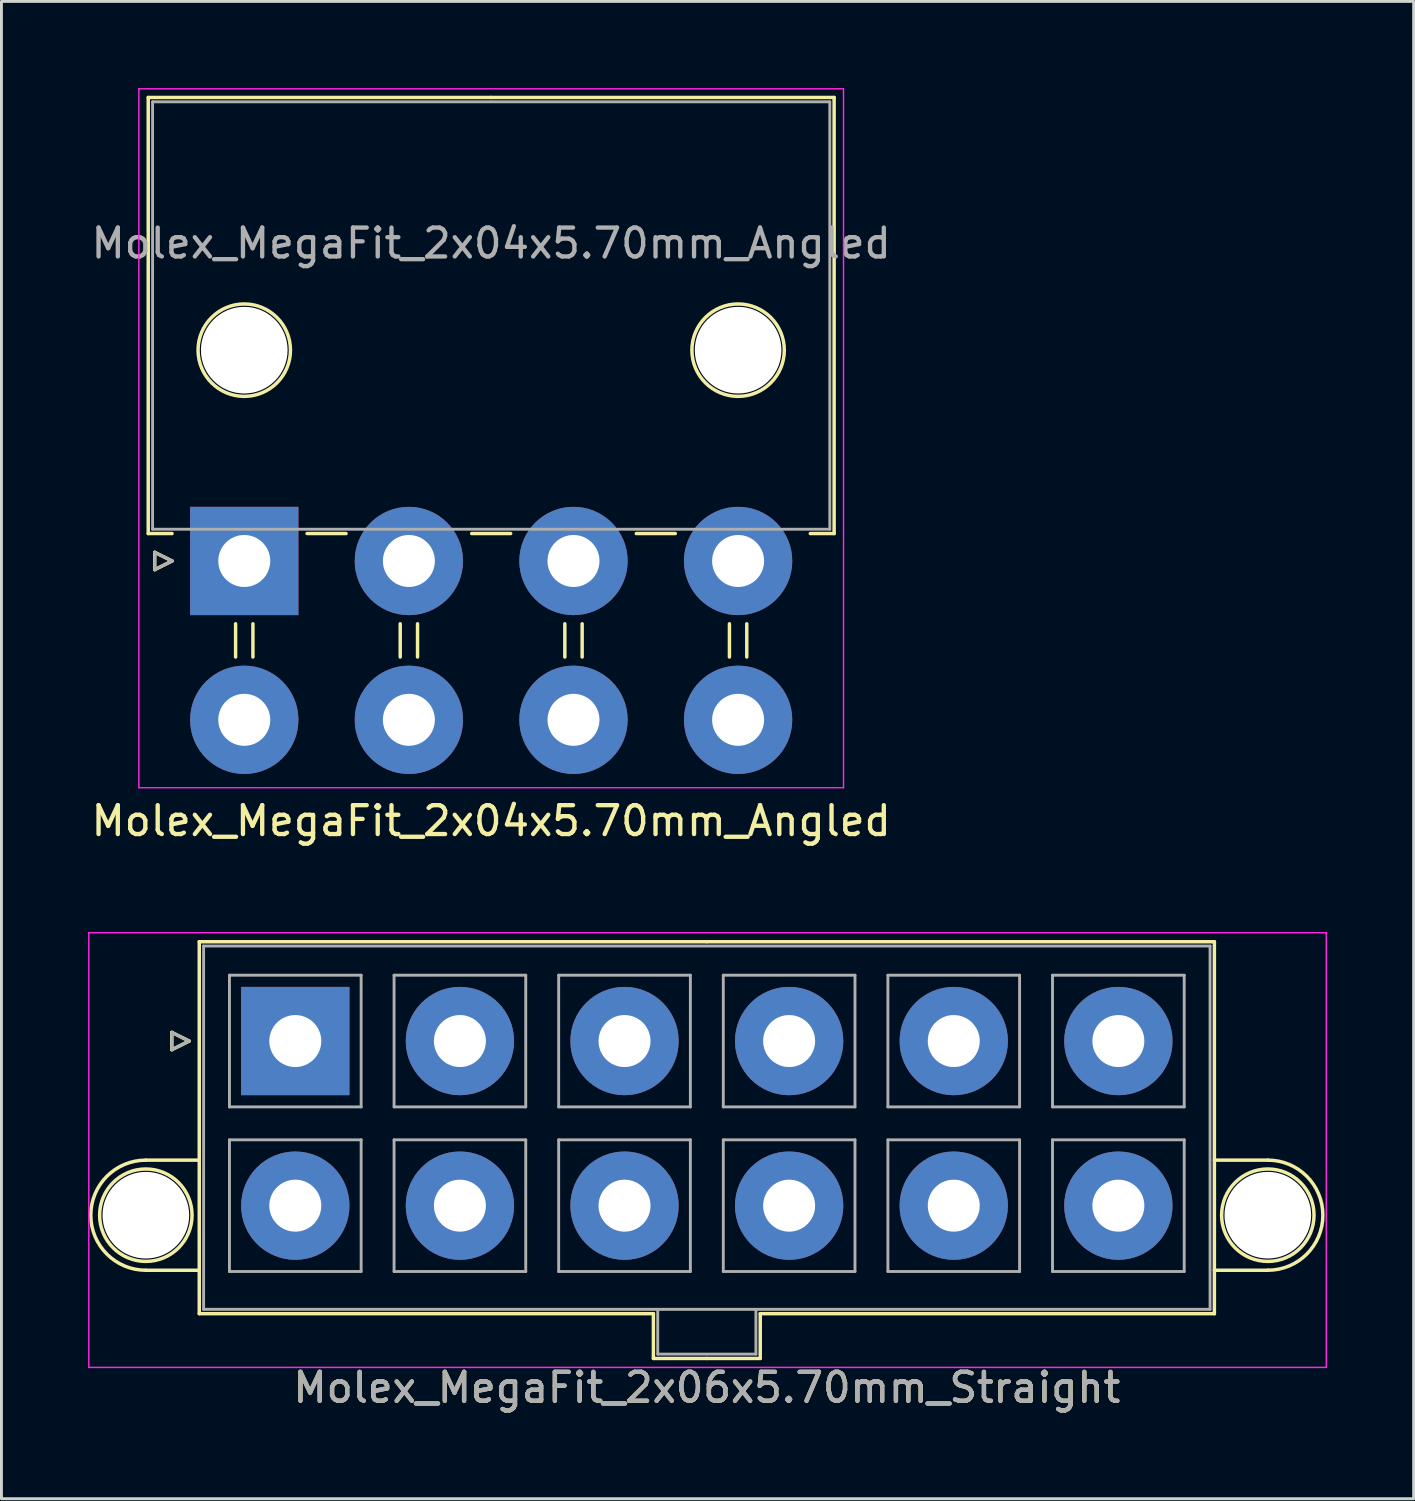
<source format=kicad_pcb>
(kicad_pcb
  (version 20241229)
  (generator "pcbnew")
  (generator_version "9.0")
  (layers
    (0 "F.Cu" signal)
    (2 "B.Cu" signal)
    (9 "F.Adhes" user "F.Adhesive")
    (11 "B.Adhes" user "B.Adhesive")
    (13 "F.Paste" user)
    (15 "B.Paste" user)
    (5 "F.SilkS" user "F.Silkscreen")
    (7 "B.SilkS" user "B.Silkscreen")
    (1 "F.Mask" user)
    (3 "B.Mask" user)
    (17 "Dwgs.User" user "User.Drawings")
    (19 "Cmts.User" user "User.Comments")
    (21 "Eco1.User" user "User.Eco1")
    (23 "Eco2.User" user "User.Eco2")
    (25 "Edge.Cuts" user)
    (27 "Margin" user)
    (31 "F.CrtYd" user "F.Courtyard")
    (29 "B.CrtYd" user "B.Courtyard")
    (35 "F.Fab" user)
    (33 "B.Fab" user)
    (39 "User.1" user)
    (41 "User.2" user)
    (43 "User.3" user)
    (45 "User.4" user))
  (footprint "Molex_MegaFit_2x06x5.70mm_Straight"
    (layer "F.Cu")
    (at 7.175 32.998)
    (property "Reference" "Molex_MegaFit_2x06x5.70mm_Straight" (at 14.25 12 0) (layer "F.SilkS") (effects (font (size 1 1) (thickness 0.15))))
    (attr through_hole)
    (fp_line (start -5.175 4.124) (end -3.325 4.124) (stroke (width 0.12) (type solid)) (layer "F.SilkS"))
    (fp_line (start -5.175 7.936) (end -3.325 7.936) (stroke (width 0.12) (type solid)) (layer "F.SilkS"))
    (fp_line (start -4.275 -0.3) (end -3.675 0) (stroke (width 0.12) (type solid)) (layer "F.SilkS"))
    (fp_line (start -4.275 0.3) (end -4.275 -0.3) (stroke (width 0.12) (type solid)) (layer "F.SilkS"))
    (fp_line (start -3.675 0) (end -4.275 0.3) (stroke (width 0.12) (type solid)) (layer "F.SilkS"))
    (fp_line (start -3.325 -3.44) (end -3.325 9.44) (stroke (width 0.12) (type solid)) (layer "F.SilkS"))
    (fp_line (start -3.325 9.44) (end 12.4 9.44) (stroke (width 0.12) (type solid)) (layer "F.SilkS"))
    (fp_line (start 12.4 9.44) (end 12.4 10.99) (stroke (width 0.12) (type solid)) (layer "F.SilkS"))
    (fp_line (start 12.4 10.99) (end 14.25 10.99) (stroke (width 0.12) (type solid)) (layer "F.SilkS"))
    (fp_line (start 14.25 -3.44) (end -3.325 -3.44) (stroke (width 0.12) (type solid)) (layer "F.SilkS"))
    (fp_line (start 14.25 -3.44) (end 31.825 -3.44) (stroke (width 0.12) (type solid)) (layer "F.SilkS"))
    (fp_line (start 16.1 9.44) (end 16.1 10.99) (stroke (width 0.12) (type solid)) (layer "F.SilkS"))
    (fp_line (start 16.1 10.99) (end 14.25 10.99) (stroke (width 0.12) (type solid)) (layer "F.SilkS"))
    (fp_line (start 31.825 -3.44) (end 31.825 9.44) (stroke (width 0.12) (type solid)) (layer "F.SilkS"))
    (fp_line (start 31.825 9.44) (end 16.1 9.44) (stroke (width 0.12) (type solid)) (layer "F.SilkS"))
    (fp_line (start 33.675 4.124) (end 31.825 4.124) (stroke (width 0.12) (type solid)) (layer "F.SilkS"))
    (fp_line (start 33.675 7.936) (end 31.825 7.936) (stroke (width 0.12) (type solid)) (layer "F.SilkS"))
    (fp_arc (start -5.175 7.93625) (mid -7.08125 6.03) (end -5.175 4.12375) (stroke (width 0.12) (type solid)) (layer "F.SilkS"))
    (fp_arc (start 33.675 4.12375) (mid 35.58125 6.03) (end 33.675 7.93625) (stroke (width 0.12) (type solid)) (layer "F.SilkS"))
    (fp_circle (center -5.175 6.03) (end -3.575 6.03) (stroke (width 0.12) (type solid)) (fill no) (layer "F.SilkS"))
    (fp_circle (center 33.675 6.03) (end 35.275 6.03) (stroke (width 0.12) (type solid)) (fill no) (layer "F.SilkS"))
    (fp_line (start -7.15 -3.75) (end -7.15 11.3) (stroke (width 0.05) (type solid)) (layer "F.CrtYd"))
    (fp_line (start -7.15 11.3) (end 35.7 11.3) (stroke (width 0.05) (type solid)) (layer "F.CrtYd"))
    (fp_line (start 35.7 -3.75) (end -7.15 -3.75) (stroke (width 0.05) (type solid)) (layer "F.CrtYd"))
    (fp_line (start 35.7 11.3) (end 35.7 -3.75) (stroke (width 0.05) (type solid)) (layer "F.CrtYd"))
    (fp_line (start -4.275 -0.3) (end -3.675 0) (stroke (width 0.1) (type solid)) (layer "F.Fab"))
    (fp_line (start -4.275 0.3) (end -4.275 -0.3) (stroke (width 0.1) (type solid)) (layer "F.Fab"))
    (fp_line (start -3.675 0) (end -4.275 0.3) (stroke (width 0.1) (type solid)) (layer "F.Fab"))
    (fp_line (start -3.175 -3.29) (end -3.175 9.29) (stroke (width 0.1) (type solid)) (layer "F.Fab"))
    (fp_line (start -3.175 9.29) (end 31.675 9.29) (stroke (width 0.1) (type solid)) (layer "F.Fab"))
    (fp_line (start -2.28 -2.28) (end -2.28 2.28) (stroke (width 0.1) (type solid)) (layer "F.Fab"))
    (fp_line (start -2.28 2.28) (end 2.28 2.28) (stroke (width 0.1) (type solid)) (layer "F.Fab"))
    (fp_line (start -2.28 3.42) (end -2.28 7.98) (stroke (width 0.1) (type solid)) (layer "F.Fab"))
    (fp_line (start -2.28 7.98) (end 2.28 7.98) (stroke (width 0.1) (type solid)) (layer "F.Fab"))
    (fp_line (start 2.28 -2.28) (end -2.28 -2.28) (stroke (width 0.1) (type solid)) (layer "F.Fab"))
    (fp_line (start 2.28 2.28) (end 2.28 -2.28) (stroke (width 0.1) (type solid)) (layer "F.Fab"))
    (fp_line (start 2.28 3.42) (end -2.28 3.42) (stroke (width 0.1) (type solid)) (layer "F.Fab"))
    (fp_line (start 2.28 7.98) (end 2.28 3.42) (stroke (width 0.1) (type solid)) (layer "F.Fab"))
    (fp_line (start 3.42 -2.28) (end 3.42 2.28) (stroke (width 0.1) (type solid)) (layer "F.Fab"))
    (fp_line (start 3.42 2.28) (end 7.98 2.28) (stroke (width 0.1) (type solid)) (layer "F.Fab"))
    (fp_line (start 3.42 3.42) (end 3.42 7.98) (stroke (width 0.1) (type solid)) (layer "F.Fab"))
    (fp_line (start 3.42 7.98) (end 7.98 7.98) (stroke (width 0.1) (type solid)) (layer "F.Fab"))
    (fp_line (start 7.98 -2.28) (end 3.42 -2.28) (stroke (width 0.1) (type solid)) (layer "F.Fab"))
    (fp_line (start 7.98 2.28) (end 7.98 -2.28) (stroke (width 0.1) (type solid)) (layer "F.Fab"))
    (fp_line (start 7.98 3.42) (end 3.42 3.42) (stroke (width 0.1) (type solid)) (layer "F.Fab"))
    (fp_line (start 7.98 7.98) (end 7.98 3.42) (stroke (width 0.1) (type solid)) (layer "F.Fab"))
    (fp_line (start 9.12 -2.28) (end 9.12 2.28) (stroke (width 0.1) (type solid)) (layer "F.Fab"))
    (fp_line (start 9.12 2.28) (end 13.68 2.28) (stroke (width 0.1) (type solid)) (layer "F.Fab"))
    (fp_line (start 9.12 3.42) (end 9.12 7.98) (stroke (width 0.1) (type solid)) (layer "F.Fab"))
    (fp_line (start 9.12 7.98) (end 13.68 7.98) (stroke (width 0.1) (type solid)) (layer "F.Fab"))
    (fp_line (start 12.55 9.29) (end 12.55 10.84) (stroke (width 0.1) (type solid)) (layer "F.Fab"))
    (fp_line (start 12.55 10.84) (end 15.95 10.84) (stroke (width 0.1) (type solid)) (layer "F.Fab"))
    (fp_line (start 13.68 -2.28) (end 9.12 -2.28) (stroke (width 0.1) (type solid)) (layer "F.Fab"))
    (fp_line (start 13.68 2.28) (end 13.68 -2.28) (stroke (width 0.1) (type solid)) (layer "F.Fab"))
    (fp_line (start 13.68 3.42) (end 9.12 3.42) (stroke (width 0.1) (type solid)) (layer "F.Fab"))
    (fp_line (start 13.68 7.98) (end 13.68 3.42) (stroke (width 0.1) (type solid)) (layer "F.Fab"))
    (fp_line (start 14.82 -2.28) (end 14.82 2.28) (stroke (width 0.1) (type solid)) (layer "F.Fab"))
    (fp_line (start 14.82 2.28) (end 19.38 2.28) (stroke (width 0.1) (type solid)) (layer "F.Fab"))
    (fp_line (start 14.82 3.42) (end 14.82 7.98) (stroke (width 0.1) (type solid)) (layer "F.Fab"))
    (fp_line (start 14.82 7.98) (end 19.38 7.98) (stroke (width 0.1) (type solid)) (layer "F.Fab"))
    (fp_line (start 15.95 10.84) (end 15.95 9.29) (stroke (width 0.1) (type solid)) (layer "F.Fab"))
    (fp_line (start 19.38 -2.28) (end 14.82 -2.28) (stroke (width 0.1) (type solid)) (layer "F.Fab"))
    (fp_line (start 19.38 2.28) (end 19.38 -2.28) (stroke (width 0.1) (type solid)) (layer "F.Fab"))
    (fp_line (start 19.38 3.42) (end 14.82 3.42) (stroke (width 0.1) (type solid)) (layer "F.Fab"))
    (fp_line (start 19.38 7.98) (end 19.38 3.42) (stroke (width 0.1) (type solid)) (layer "F.Fab"))
    (fp_line (start 20.52 -2.28) (end 20.52 2.28) (stroke (width 0.1) (type solid)) (layer "F.Fab"))
    (fp_line (start 20.52 2.28) (end 25.08 2.28) (stroke (width 0.1) (type solid)) (layer "F.Fab"))
    (fp_line (start 20.52 3.42) (end 20.52 7.98) (stroke (width 0.1) (type solid)) (layer "F.Fab"))
    (fp_line (start 20.52 7.98) (end 25.08 7.98) (stroke (width 0.1) (type solid)) (layer "F.Fab"))
    (fp_line (start 25.08 -2.28) (end 20.52 -2.28) (stroke (width 0.1) (type solid)) (layer "F.Fab"))
    (fp_line (start 25.08 2.28) (end 25.08 -2.28) (stroke (width 0.1) (type solid)) (layer "F.Fab"))
    (fp_line (start 25.08 3.42) (end 20.52 3.42) (stroke (width 0.1) (type solid)) (layer "F.Fab"))
    (fp_line (start 25.08 7.98) (end 25.08 3.42) (stroke (width 0.1) (type solid)) (layer "F.Fab"))
    (fp_line (start 26.22 -2.28) (end 26.22 2.28) (stroke (width 0.1) (type solid)) (layer "F.Fab"))
    (fp_line (start 26.22 2.28) (end 30.78 2.28) (stroke (width 0.1) (type solid)) (layer "F.Fab"))
    (fp_line (start 26.22 3.42) (end 26.22 7.98) (stroke (width 0.1) (type solid)) (layer "F.Fab"))
    (fp_line (start 26.22 7.98) (end 30.78 7.98) (stroke (width 0.1) (type solid)) (layer "F.Fab"))
    (fp_line (start 30.78 -2.28) (end 26.22 -2.28) (stroke (width 0.1) (type solid)) (layer "F.Fab"))
    (fp_line (start 30.78 2.28) (end 30.78 -2.28) (stroke (width 0.1) (type solid)) (layer "F.Fab"))
    (fp_line (start 30.78 3.42) (end 26.22 3.42) (stroke (width 0.1) (type solid)) (layer "F.Fab"))
    (fp_line (start 30.78 7.98) (end 30.78 3.42) (stroke (width 0.1) (type solid)) (layer "F.Fab"))
    (fp_line (start 31.675 -3.29) (end -3.175 -3.29) (stroke (width 0.1) (type solid)) (layer "F.Fab"))
    (fp_line (start 31.675 9.29) (end 31.675 -3.29) (stroke (width 0.1) (type solid)) (layer "F.Fab"))
    (fp_text user "${REFERENCE}" (at 14.25 12 0) (layer "F.Fab") (effects (font (size 1 1) (thickness 0.15))))
    (pad "" np_thru_hole circle (at -5.175 6.03) (size 3 3) (drill 3) (layers "*.Cu" "*.Mask"))
    (pad "" np_thru_hole circle (at 33.675 6.03) (size 3 3) (drill 3) (layers "*.Cu" "*.Mask"))
    (pad "1" thru_hole rect (at 0 0) (size 3.75 3.75) (drill 1.8) (layers "*.Cu" "*.Mask"))
    (pad "2" thru_hole circle (at 5.7 0) (size 3.75 3.75) (drill 1.8) (layers "*.Cu" "*.Mask"))
    (pad "3" thru_hole circle (at 11.4 0) (size 3.75 3.75) (drill 1.8) (layers "*.Cu" "*.Mask"))
    (pad "4" thru_hole circle (at 17.1 0) (size 3.75 3.75) (drill 1.8) (layers "*.Cu" "*.Mask"))
    (pad "5" thru_hole circle (at 22.8 0) (size 3.75 3.75) (drill 1.8) (layers "*.Cu" "*.Mask"))
    (pad "6" thru_hole circle (at 28.5 0) (size 3.75 3.75) (drill 1.8) (layers "*.Cu" "*.Mask"))
    (pad "7" thru_hole circle (at 0 5.7) (size 3.75 3.75) (drill 1.8) (layers "*.Cu" "*.Mask"))
    (pad "8" thru_hole circle (at 5.7 5.7) (size 3.75 3.75) (drill 1.8) (layers "*.Cu" "*.Mask"))
    (pad "9" thru_hole circle (at 11.4 5.7) (size 3.75 3.75) (drill 1.8) (layers "*.Cu" "*.Mask"))
    (pad "10" thru_hole circle (at 17.1 5.7) (size 3.75 3.75) (drill 1.8) (layers "*.Cu" "*.Mask"))
    (pad "11" thru_hole circle (at 22.8 5.7) (size 3.75 3.75) (drill 1.8) (layers "*.Cu" "*.Mask"))
    (pad "12" thru_hole circle (at 28.5 5.7) (size 3.75 3.75) (drill 1.8) (layers "*.Cu" "*.Mask")))
  (footprint "Molex_MegaFit_2x04x5.70mm_Angled"
    (layer "F.Cu")
    (at 5.408 16.375)
    (property "Reference" "Molex_MegaFit_2x04x5.70mm_Angled" (at 8.55 9 0) (layer "F.SilkS") (effects (font (size 1 1) (thickness 0.15))))
    (attr through_hole)
    (fp_line (start -3.325 -16.05) (end -3.325 -0.95) (stroke (width 0.12) (type solid)) (layer "F.SilkS"))
    (fp_line (start -3.325 -0.95) (end -2.5 -0.95) (stroke (width 0.12) (type solid)) (layer "F.SilkS"))
    (fp_line (start -3.1 -0.3) (end -2.5 0) (stroke (width 0.12) (type solid)) (layer "F.SilkS"))
    (fp_line (start -3.1 0.3) (end -3.1 -0.3) (stroke (width 0.12) (type solid)) (layer "F.SilkS"))
    (fp_line (start -2.5 0) (end -3.1 0.3) (stroke (width 0.12) (type solid)) (layer "F.SilkS"))
    (fp_line (start -0.3 2.175) (end -0.3 3.325) (stroke (width 0.12) (type solid)) (layer "F.SilkS"))
    (fp_line (start 0.3 2.175) (end 0.3 3.325) (stroke (width 0.12) (type solid)) (layer "F.SilkS"))
    (fp_line (start 2.175 -0.95) (end 3.525 -0.95) (stroke (width 0.12) (type solid)) (layer "F.SilkS"))
    (fp_line (start 5.4 2.175) (end 5.4 3.325) (stroke (width 0.12) (type solid)) (layer "F.SilkS"))
    (fp_line (start 6 2.175) (end 6 3.325) (stroke (width 0.12) (type solid)) (layer "F.SilkS"))
    (fp_line (start 7.875 -0.95) (end 9.225 -0.95) (stroke (width 0.12) (type solid)) (layer "F.SilkS"))
    (fp_line (start 8.55 -16.05) (end -3.325 -16.05) (stroke (width 0.12) (type solid)) (layer "F.SilkS"))
    (fp_line (start 8.55 -16.05) (end 20.425 -16.05) (stroke (width 0.12) (type solid)) (layer "F.SilkS"))
    (fp_line (start 11.1 2.175) (end 11.1 3.325) (stroke (width 0.12) (type solid)) (layer "F.SilkS"))
    (fp_line (start 11.7 2.175) (end 11.7 3.325) (stroke (width 0.12) (type solid)) (layer "F.SilkS"))
    (fp_line (start 13.575 -0.95) (end 14.925 -0.95) (stroke (width 0.12) (type solid)) (layer "F.SilkS"))
    (fp_line (start 16.8 2.175) (end 16.8 3.325) (stroke (width 0.12) (type solid)) (layer "F.SilkS"))
    (fp_line (start 17.4 2.175) (end 17.4 3.325) (stroke (width 0.12) (type solid)) (layer "F.SilkS"))
    (fp_line (start 20.425 -16.05) (end 20.425 -0.95) (stroke (width 0.12) (type solid)) (layer "F.SilkS"))
    (fp_line (start 20.425 -0.95) (end 19.6 -0.95) (stroke (width 0.12) (type solid)) (layer "F.SilkS"))
    (fp_circle (center 0 -7.3) (end 1.6 -7.3) (stroke (width 0.12) (type solid)) (fill no) (layer "F.SilkS"))
    (fp_circle (center 17.1 -7.3) (end 18.7 -7.3) (stroke (width 0.12) (type solid)) (fill no) (layer "F.SilkS"))
    (fp_line (start -3.65 -16.35) (end -3.65 7.85) (stroke (width 0.05) (type solid)) (layer "F.CrtYd"))
    (fp_line (start -3.65 7.85) (end 20.75 7.85) (stroke (width 0.05) (type solid)) (layer "F.CrtYd"))
    (fp_line (start 20.75 -16.35) (end -3.65 -16.35) (stroke (width 0.05) (type solid)) (layer "F.CrtYd"))
    (fp_line (start 20.75 7.85) (end 20.75 -16.35) (stroke (width 0.05) (type solid)) (layer "F.CrtYd"))
    (fp_line (start -3.175 -15.9) (end -3.175 -1.1) (stroke (width 0.1) (type solid)) (layer "F.Fab"))
    (fp_line (start -3.175 -1.1) (end 20.275 -1.1) (stroke (width 0.1) (type solid)) (layer "F.Fab"))
    (fp_line (start -3.1 -0.3) (end -2.5 0) (stroke (width 0.1) (type solid)) (layer "F.Fab"))
    (fp_line (start -3.1 0.3) (end -3.1 -0.3) (stroke (width 0.1) (type solid)) (layer "F.Fab"))
    (fp_line (start -2.5 0) (end -3.1 0.3) (stroke (width 0.1) (type solid)) (layer "F.Fab"))
    (fp_line (start 20.275 -15.9) (end -3.175 -15.9) (stroke (width 0.1) (type solid)) (layer "F.Fab"))
    (fp_line (start 20.275 -1.1) (end 20.275 -15.9) (stroke (width 0.1) (type solid)) (layer "F.Fab"))
    (fp_text user "${REFERENCE}" (at 8.55 -11 0) (layer "F.Fab") (effects (font (size 1 1) (thickness 0.15))))
    (pad "" np_thru_hole circle (at 0 -7.3) (size 3 3) (drill 3) (layers "*.Cu" "*.Mask"))
    (pad "" np_thru_hole circle (at 17.1 -7.3) (size 3 3) (drill 3) (layers "*.Cu" "*.Mask"))
    (pad "1" thru_hole rect (at 0 0) (size 3.75 3.75) (drill 1.8) (layers "*.Cu" "*.Mask"))
    (pad "2" thru_hole circle (at 5.7 0) (size 3.75 3.75) (drill 1.8) (layers "*.Cu" "*.Mask"))
    (pad "3" thru_hole circle (at 11.4 0) (size 3.75 3.75) (drill 1.8) (layers "*.Cu" "*.Mask"))
    (pad "4" thru_hole circle (at 17.1 0) (size 3.75 3.75) (drill 1.8) (layers "*.Cu" "*.Mask"))
    (pad "5" thru_hole circle (at 0 5.5) (size 3.75 3.75) (drill 1.8) (layers "*.Cu" "*.Mask"))
    (pad "6" thru_hole circle (at 5.7 5.5) (size 3.75 3.75) (drill 1.8) (layers "*.Cu" "*.Mask"))
    (pad "7" thru_hole circle (at 11.4 5.5) (size 3.75 3.75) (drill 1.8) (layers "*.Cu" "*.Mask"))
    (pad "8" thru_hole circle (at 17.1 5.5) (size 3.75 3.75) (drill 1.8) (layers "*.Cu" "*.Mask")))
  (gr_rect
    (start -3 -3)
    (end 45.9 48.846)
    (stroke (width 0.1) (type default))
    (fill no)
    (layer "Edge.Cuts")))
</source>
